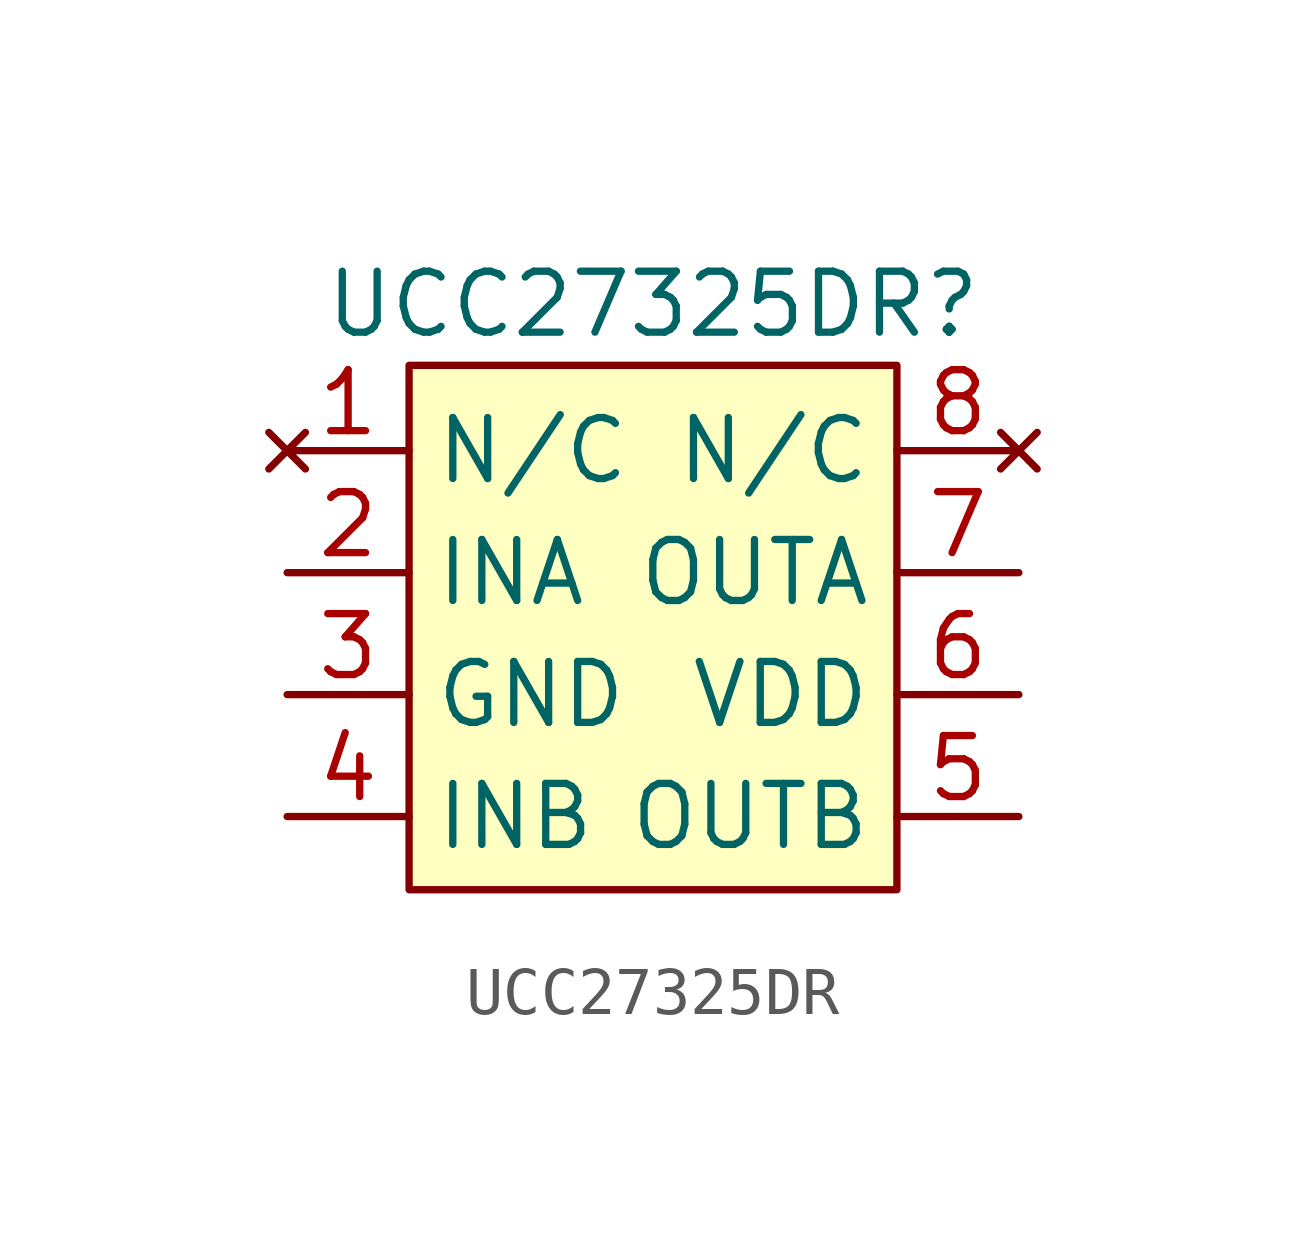
<source format=kicad_sym>
(kicad_symbol_lib
  (version 20220914)
  (generator kicad_symbol_editor)
  (symbol "UCC27325DR"
    (property "Reference" "UCC27325DR"
      (at 0 5.588 0)
      (effects (font (size 1.27 1.27))))
    (property "Value" ""
      (at -2.54 0 0)
      (effects (font (size 1.27 1.27))))
    (symbol "UCC27325DR_1_1"
      (rectangle (start -5.08 4.318) (end 5.08 -6.604) (stroke (width 0) (type default)) (fill (type background)))
      (pin no_connect line (at -7.62 2.54 0) (length 2.54) (name "N/C" (effects (font (size 1.27 1.27)))) (number "1" (effects (font (size 1.27 1.27)))))
      (pin input line (at -7.62 0 0) (length 2.54) (name "INA" (effects (font (size 1.27 1.27)))) (number "2" (effects (font (size 1.27 1.27)))))
      (pin power_in line (at -7.62 -2.54 0) (length 2.54) (name "GND" (effects (font (size 1.27 1.27)))) (number "3" (effects (font (size 1.27 1.27)))))
      (pin input line (at -7.62 -5.08 0) (length 2.54) (name "INB" (effects (font (size 1.27 1.27)))) (number "4" (effects (font (size 1.27 1.27)))))
      (pin output line (at 7.62 -5.08 180) (length 2.54) (name "OUTB" (effects (font (size 1.27 1.27)))) (number "5" (effects (font (size 1.27 1.27)))))
      (pin power_in line (at 7.62 -2.54 180) (length 2.54) (name "VDD" (effects (font (size 1.27 1.27)))) (number "6" (effects (font (size 1.27 1.27)))))
      (pin output line (at 7.62 0 180) (length 2.54) (name "OUTA" (effects (font (size 1.27 1.27)))) (number "7" (effects (font (size 1.27 1.27)))))
      (pin no_connect line (at 7.62 2.54 180) (length 2.54) (name "N/C" (effects (font (size 1.27 1.27)))) (number "8" (effects (font (size 1.27 1.27))))))))
</source>
